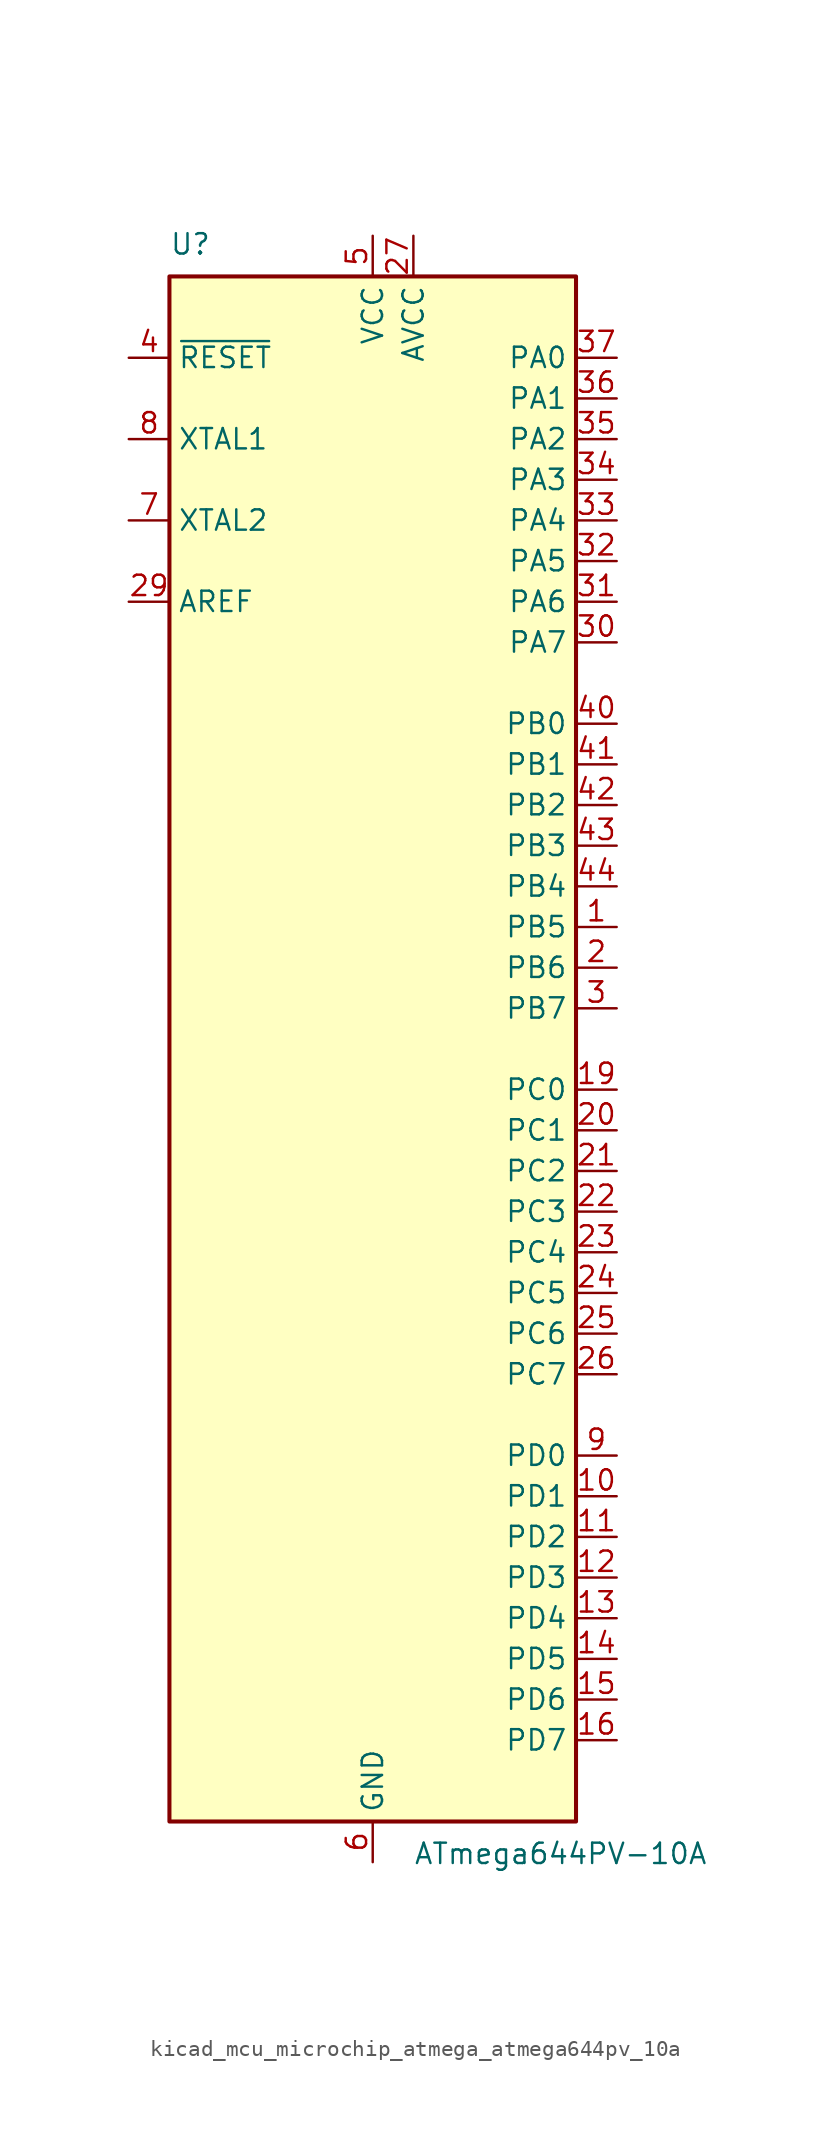
<source format=kicad_sym>
(kicad_symbol_lib
  (version 20220914)
  (generator kicad_symbol_editor)
  (symbol "kicad_mcu_microchip_atmega_atmega644pv_10a"
    (property "Reference" "U"
      (at -12.7 49.53 0)
      (effects (font (size 1.27 1.27)) (justify left bottom)))
    (property "Value" "ATmega644PV-10A"
      (at 2.54 -49.53 0)
      (effects (font (size 1.27 1.27)) (justify left top)))
    (symbol "kicad_mcu_microchip_atmega_atmega644pv_10a_0_1"
      (rectangle (start -12.7 -48.26) (end 12.7 48.26) (stroke (width 0.254) (type default)) (fill (type background))))
    (symbol "kicad_mcu_microchip_atmega_atmega644pv_10a_1_1"
      (pin bidirectional line (at 15.24 7.62 180) (length 2.54) (name "PB5" (effects (font (size 1.27 1.27)))) (number "1" (effects (font (size 1.27 1.27)))))
      (pin bidirectional line (at 15.24 -27.94 180) (length 2.54) (name "PD1" (effects (font (size 1.27 1.27)))) (number "10" (effects (font (size 1.27 1.27)))))
      (pin bidirectional line (at 15.24 -30.48 180) (length 2.54) (name "PD2" (effects (font (size 1.27 1.27)))) (number "11" (effects (font (size 1.27 1.27)))))
      (pin bidirectional line (at 15.24 -33.02 180) (length 2.54) (name "PD3" (effects (font (size 1.27 1.27)))) (number "12" (effects (font (size 1.27 1.27)))))
      (pin bidirectional line (at 15.24 -35.56 180) (length 2.54) (name "PD4" (effects (font (size 1.27 1.27)))) (number "13" (effects (font (size 1.27 1.27)))))
      (pin bidirectional line (at 15.24 -38.1 180) (length 2.54) (name "PD5" (effects (font (size 1.27 1.27)))) (number "14" (effects (font (size 1.27 1.27)))))
      (pin bidirectional line (at 15.24 -40.64 180) (length 2.54) (name "PD6" (effects (font (size 1.27 1.27)))) (number "15" (effects (font (size 1.27 1.27)))))
      (pin bidirectional line (at 15.24 -43.18 180) (length 2.54) (name "PD7" (effects (font (size 1.27 1.27)))) (number "16" (effects (font (size 1.27 1.27)))))
      (pin passive line (at 0 50.8 270) (length 2.54) hide (name "VCC" (effects (font (size 1.27 1.27)))) (number "17" (effects (font (size 1.27 1.27)))))
      (pin passive line (at 0 -50.8 90) (length 2.54) hide (name "GND" (effects (font (size 1.27 1.27)))) (number "18" (effects (font (size 1.27 1.27)))))
      (pin bidirectional line (at 15.24 -2.54 180) (length 2.54) (name "PC0" (effects (font (size 1.27 1.27)))) (number "19" (effects (font (size 1.27 1.27)))))
      (pin bidirectional line (at 15.24 5.08 180) (length 2.54) (name "PB6" (effects (font (size 1.27 1.27)))) (number "2" (effects (font (size 1.27 1.27)))))
      (pin bidirectional line (at 15.24 -5.08 180) (length 2.54) (name "PC1" (effects (font (size 1.27 1.27)))) (number "20" (effects (font (size 1.27 1.27)))))
      (pin bidirectional line (at 15.24 -7.62 180) (length 2.54) (name "PC2" (effects (font (size 1.27 1.27)))) (number "21" (effects (font (size 1.27 1.27)))))
      (pin bidirectional line (at 15.24 -10.16 180) (length 2.54) (name "PC3" (effects (font (size 1.27 1.27)))) (number "22" (effects (font (size 1.27 1.27)))))
      (pin bidirectional line (at 15.24 -12.7 180) (length 2.54) (name "PC4" (effects (font (size 1.27 1.27)))) (number "23" (effects (font (size 1.27 1.27)))))
      (pin bidirectional line (at 15.24 -15.24 180) (length 2.54) (name "PC5" (effects (font (size 1.27 1.27)))) (number "24" (effects (font (size 1.27 1.27)))))
      (pin bidirectional line (at 15.24 -17.78 180) (length 2.54) (name "PC6" (effects (font (size 1.27 1.27)))) (number "25" (effects (font (size 1.27 1.27)))))
      (pin bidirectional line (at 15.24 -20.32 180) (length 2.54) (name "PC7" (effects (font (size 1.27 1.27)))) (number "26" (effects (font (size 1.27 1.27)))))
      (pin power_in line (at 2.54 50.8 270) (length 2.54) (name "AVCC" (effects (font (size 1.27 1.27)))) (number "27" (effects (font (size 1.27 1.27)))))
      (pin passive line (at 0 -50.8 90) (length 2.54) hide (name "GND" (effects (font (size 1.27 1.27)))) (number "28" (effects (font (size 1.27 1.27)))))
      (pin passive line (at -15.24 27.94 0) (length 2.54) (name "AREF" (effects (font (size 1.27 1.27)))) (number "29" (effects (font (size 1.27 1.27)))))
      (pin bidirectional line (at 15.24 2.54 180) (length 2.54) (name "PB7" (effects (font (size 1.27 1.27)))) (number "3" (effects (font (size 1.27 1.27)))))
      (pin bidirectional line (at 15.24 25.4 180) (length 2.54) (name "PA7" (effects (font (size 1.27 1.27)))) (number "30" (effects (font (size 1.27 1.27)))))
      (pin bidirectional line (at 15.24 27.94 180) (length 2.54) (name "PA6" (effects (font (size 1.27 1.27)))) (number "31" (effects (font (size 1.27 1.27)))))
      (pin bidirectional line (at 15.24 30.48 180) (length 2.54) (name "PA5" (effects (font (size 1.27 1.27)))) (number "32" (effects (font (size 1.27 1.27)))))
      (pin bidirectional line (at 15.24 33.02 180) (length 2.54) (name "PA4" (effects (font (size 1.27 1.27)))) (number "33" (effects (font (size 1.27 1.27)))))
      (pin bidirectional line (at 15.24 35.56 180) (length 2.54) (name "PA3" (effects (font (size 1.27 1.27)))) (number "34" (effects (font (size 1.27 1.27)))))
      (pin bidirectional line (at 15.24 38.1 180) (length 2.54) (name "PA2" (effects (font (size 1.27 1.27)))) (number "35" (effects (font (size 1.27 1.27)))))
      (pin bidirectional line (at 15.24 40.64 180) (length 2.54) (name "PA1" (effects (font (size 1.27 1.27)))) (number "36" (effects (font (size 1.27 1.27)))))
      (pin bidirectional line (at 15.24 43.18 180) (length 2.54) (name "PA0" (effects (font (size 1.27 1.27)))) (number "37" (effects (font (size 1.27 1.27)))))
      (pin passive line (at 0 50.8 270) (length 2.54) hide (name "VCC" (effects (font (size 1.27 1.27)))) (number "38" (effects (font (size 1.27 1.27)))))
      (pin passive line (at 0 -50.8 90) (length 2.54) hide (name "GND" (effects (font (size 1.27 1.27)))) (number "39" (effects (font (size 1.27 1.27)))))
      (pin input line (at -15.24 43.18 0) (length 2.54) (name "~{RESET}" (effects (font (size 1.27 1.27)))) (number "4" (effects (font (size 1.27 1.27)))))
      (pin bidirectional line (at 15.24 20.32 180) (length 2.54) (name "PB0" (effects (font (size 1.27 1.27)))) (number "40" (effects (font (size 1.27 1.27)))))
      (pin bidirectional line (at 15.24 17.78 180) (length 2.54) (name "PB1" (effects (font (size 1.27 1.27)))) (number "41" (effects (font (size 1.27 1.27)))))
      (pin bidirectional line (at 15.24 15.24 180) (length 2.54) (name "PB2" (effects (font (size 1.27 1.27)))) (number "42" (effects (font (size 1.27 1.27)))))
      (pin bidirectional line (at 15.24 12.7 180) (length 2.54) (name "PB3" (effects (font (size 1.27 1.27)))) (number "43" (effects (font (size 1.27 1.27)))))
      (pin bidirectional line (at 15.24 10.16 180) (length 2.54) (name "PB4" (effects (font (size 1.27 1.27)))) (number "44" (effects (font (size 1.27 1.27)))))
      (pin power_in line (at 0 50.8 270) (length 2.54) (name "VCC" (effects (font (size 1.27 1.27)))) (number "5" (effects (font (size 1.27 1.27)))))
      (pin power_in line (at 0 -50.8 90) (length 2.54) (name "GND" (effects (font (size 1.27 1.27)))) (number "6" (effects (font (size 1.27 1.27)))))
      (pin output line (at -15.24 33.02 0) (length 2.54) (name "XTAL2" (effects (font (size 1.27 1.27)))) (number "7" (effects (font (size 1.27 1.27)))))
      (pin input line (at -15.24 38.1 0) (length 2.54) (name "XTAL1" (effects (font (size 1.27 1.27)))) (number "8" (effects (font (size 1.27 1.27)))))
      (pin bidirectional line (at 15.24 -25.4 180) (length 2.54) (name "PD0" (effects (font (size 1.27 1.27)))) (number "9" (effects (font (size 1.27 1.27))))))))
</source>
